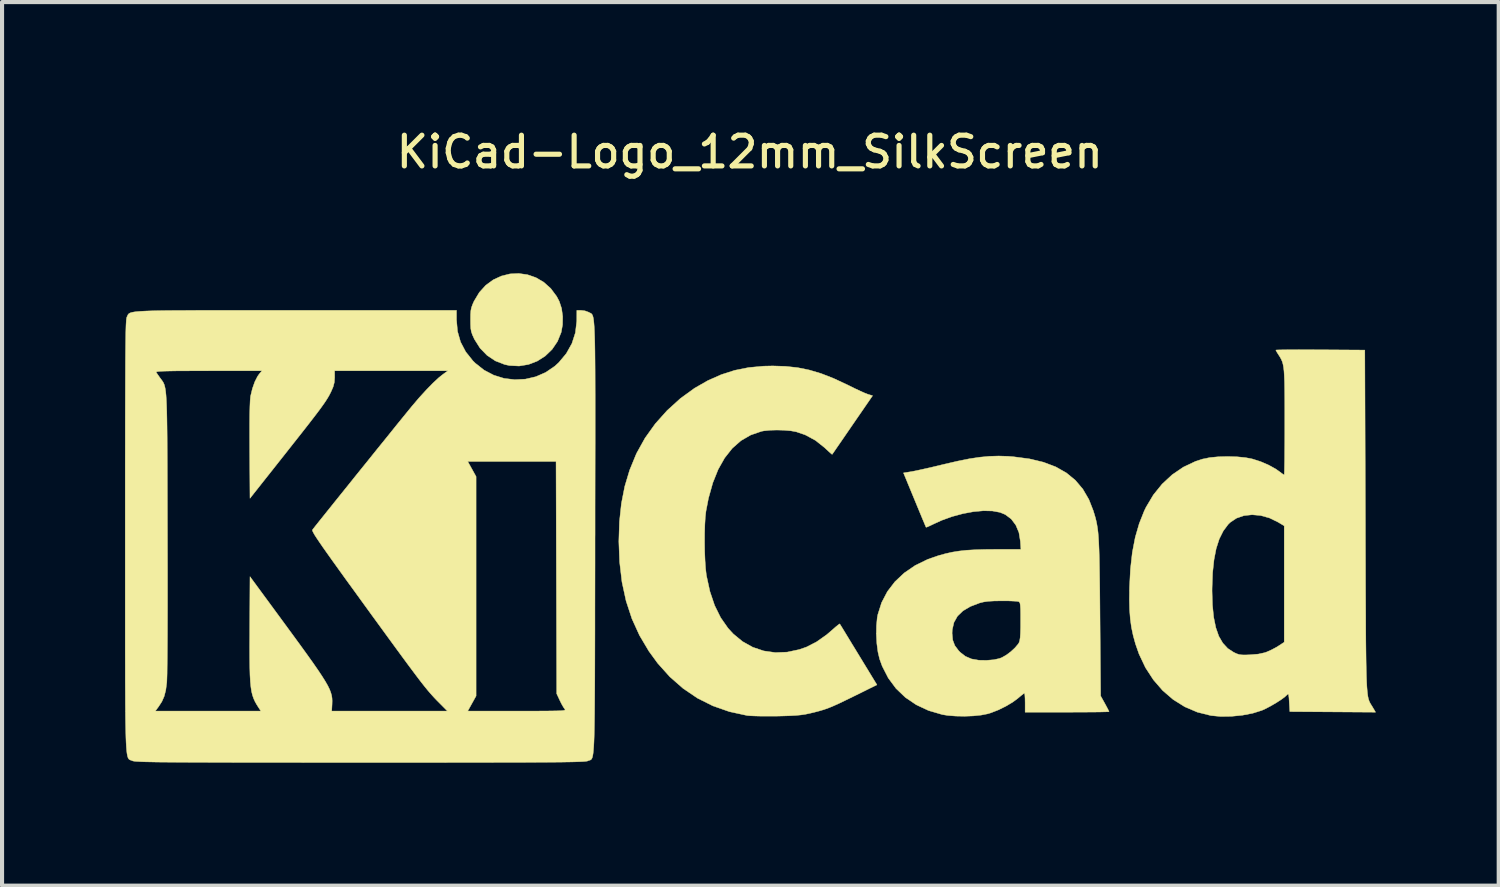
<source format=kicad_pcb>
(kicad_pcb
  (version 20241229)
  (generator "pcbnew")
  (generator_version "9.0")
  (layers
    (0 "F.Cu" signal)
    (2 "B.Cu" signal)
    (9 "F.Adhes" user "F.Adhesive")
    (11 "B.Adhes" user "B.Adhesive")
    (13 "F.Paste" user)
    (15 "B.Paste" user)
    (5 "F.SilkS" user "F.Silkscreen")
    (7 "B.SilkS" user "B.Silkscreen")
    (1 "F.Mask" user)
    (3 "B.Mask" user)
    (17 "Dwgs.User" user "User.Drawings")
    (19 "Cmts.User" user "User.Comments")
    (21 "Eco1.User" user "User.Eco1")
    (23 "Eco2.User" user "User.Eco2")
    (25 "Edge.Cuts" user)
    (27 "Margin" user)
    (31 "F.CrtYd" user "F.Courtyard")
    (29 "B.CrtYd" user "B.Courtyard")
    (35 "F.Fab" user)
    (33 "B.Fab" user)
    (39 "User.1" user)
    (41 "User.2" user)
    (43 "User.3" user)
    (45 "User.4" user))
  (footprint "KiCad-Logo_12mm_SilkScreen"
    (layer "F.Cu")
    (at 15.245 9.548)
    (property "Reference" "KiCad-Logo_12mm_SilkScreen" (at 0 -8.89 0) (layer "F.SilkS") (effects (font (size 0.75 0.75) (thickness 0.125))))
    (attr exclude_from_pos_files exclude_from_bom allow_missing_courtyard)
    (fp_poly (pts (xy -5.423 -5.895) (xy -5.218 -5.824) (xy -5.027 -5.712) (xy -4.856 -5.559) (xy -4.712 -5.366) (xy -4.648 -5.244) (xy -4.592 -5.073) (xy -4.565 -4.876) (xy -4.568 -4.674) (xy -4.601 -4.49) (xy -4.692 -4.266) (xy -4.824 -4.072) (xy -4.991 -3.911) (xy -5.185 -3.787) (xy -5.399 -3.705) (xy -5.628 -3.667) (xy -5.865 -3.679) (xy -5.981 -3.704) (xy -6.208 -3.792) (xy -6.41 -3.927) (xy -6.582 -4.104) (xy -6.718 -4.319) (xy -6.729 -4.343) (xy -6.769 -4.431) (xy -6.794 -4.505) (xy -6.808 -4.583) (xy -6.813 -4.684) (xy -6.814 -4.793) (xy -6.813 -4.925) (xy -6.806 -5.019) (xy -6.79 -5.096) (xy -6.762 -5.173) (xy -6.728 -5.249) (xy -6.599 -5.464) (xy -6.441 -5.638) (xy -6.259 -5.771) (xy -6.06 -5.863) (xy -5.85 -5.915) (xy -5.636 -5.925) (xy -5.423 -5.895)) (stroke (width 0.01) (type solid)) (fill yes) (layer "F.SilkS"))
    (fp_poly (pts (xy 0.875 -3.659) (xy 1.17 -3.627) (xy 1.455 -3.569) (xy 1.743 -3.483) (xy 2.045 -3.365) (xy 2.372 -3.213) (xy 2.431 -3.184) (xy 2.566 -3.117) (xy 2.694 -3.057) (xy 2.801 -3.009) (xy 2.876 -2.98) (xy 2.887 -2.976) (xy 2.997 -2.943) (xy 2.506 -2.23) (xy 2.386 -2.055) (xy 2.277 -1.896) (xy 2.181 -1.757) (xy 2.103 -1.644) (xy 2.047 -1.562) (xy 2.015 -1.517) (xy 2.01 -1.51) (xy 1.99 -1.525) (xy 1.939 -1.57) (xy 1.867 -1.636) (xy 1.827 -1.674) (xy 1.603 -1.852) (xy 1.351 -1.988) (xy 1.133 -2.062) (xy 1.003 -2.086) (xy 0.84 -2.1) (xy 0.663 -2.105) (xy 0.491 -2.1) (xy 0.345 -2.085) (xy 0.286 -2.074) (xy 0.022 -1.983) (xy -0.216 -1.845) (xy -0.427 -1.659) (xy -0.612 -1.425) (xy -0.771 -1.144) (xy -0.902 -0.817) (xy -1.007 -0.443) (xy -1.069 -0.123) (xy -1.085 0.018) (xy -1.096 0.201) (xy -1.102 0.412) (xy -1.103 0.637) (xy -1.1 0.865) (xy -1.091 1.081) (xy -1.078 1.273) (xy -1.06 1.428) (xy -1.056 1.452) (xy -0.972 1.836) (xy -0.857 2.176) (xy -0.71 2.473) (xy -0.531 2.729) (xy -0.404 2.868) (xy -0.176 3.056) (xy 0.073 3.195) (xy 0.341 3.285) (xy 0.623 3.325) (xy 0.913 3.314) (xy 1.209 3.251) (xy 1.384 3.19) (xy 1.626 3.066) (xy 1.876 2.89) (xy 2.016 2.77) (xy 2.094 2.701) (xy 2.156 2.651) (xy 2.191 2.626) (xy 2.195 2.625) (xy 2.211 2.65) (xy 2.252 2.716) (xy 2.314 2.818) (xy 2.394 2.949) (xy 2.488 3.104) (xy 2.594 3.277) (xy 2.653 3.374) (xy 3.103 4.112) (xy 2.541 4.39) (xy 2.338 4.489) (xy 2.174 4.568) (xy 2.038 4.629) (xy 1.921 4.677) (xy 1.812 4.716) (xy 1.701 4.749) (xy 1.579 4.781) (xy 1.461 4.809) (xy 1.357 4.831) (xy 1.248 4.847) (xy 1.123 4.859) (xy 0.972 4.867) (xy 0.783 4.873) (xy 0.655 4.876) (xy 0.474 4.877) (xy 0.3 4.877) (xy 0.144 4.873) (xy 0.02 4.868) (xy -0.063 4.861) (xy -0.068 4.86) (xy -0.497 4.767) (xy -0.9 4.626) (xy -1.276 4.438) (xy -1.626 4.201) (xy -1.95 3.917) (xy -2.247 3.586) (xy -2.462 3.291) (xy -2.691 2.905) (xy -2.876 2.498) (xy -3.018 2.066) (xy -3.118 1.605) (xy -3.176 1.113) (xy -3.195 0.614) (xy -3.18 0.131) (xy -3.132 -0.315) (xy -3.05 -0.731) (xy -2.932 -1.125) (xy -2.777 -1.503) (xy -2.759 -1.543) (xy -2.555 -1.91) (xy -2.305 -2.259) (xy -2.015 -2.583) (xy -1.693 -2.875) (xy -1.346 -3.127) (xy -1.022 -3.312) (xy -0.695 -3.457) (xy -0.368 -3.562) (xy -0.027 -3.63) (xy 0.34 -3.664) (xy 0.56 -3.669) (xy 0.875 -3.659)) (stroke (width 0.01) (type solid)) (fill yes) (layer "F.SilkS"))
    (fp_poly (pts (xy 13.611 -4.064) (xy 13.843 -4.063) (xy 13.922 -4.063) (xy 15.008 -4.056) (xy 15.022 0.109) (xy 15.023 0.674) (xy 15.025 1.187) (xy 15.026 1.65) (xy 15.028 2.067) (xy 15.03 2.44) (xy 15.031 2.772) (xy 15.033 3.064) (xy 15.036 3.321) (xy 15.039 3.544) (xy 15.043 3.737) (xy 15.047 3.901) (xy 15.052 4.04) (xy 15.058 4.157) (xy 15.066 4.253) (xy 15.074 4.331) (xy 15.083 4.395) (xy 15.094 4.447) (xy 15.107 4.489) (xy 15.12 4.524) (xy 15.136 4.555) (xy 15.153 4.585) (xy 15.172 4.615) (xy 15.193 4.649) (xy 15.198 4.657) (xy 15.27 4.78) (xy 14.224 4.773) (xy 13.178 4.766) (xy 13.164 4.536) (xy 13.157 4.426) (xy 13.149 4.362) (xy 13.139 4.337) (xy 13.123 4.342) (xy 13.11 4.356) (xy 13.052 4.41) (xy 12.959 4.478) (xy 12.842 4.553) (xy 12.715 4.627) (xy 12.592 4.692) (xy 12.498 4.735) (xy 12.276 4.805) (xy 12.022 4.854) (xy 11.754 4.881) (xy 11.491 4.885) (xy 11.252 4.862) (xy 11.248 4.861) (xy 10.92 4.779) (xy 10.614 4.648) (xy 10.331 4.471) (xy 10.075 4.251) (xy 9.849 3.99) (xy 9.655 3.692) (xy 9.498 3.36) (xy 9.412 3.114) (xy 9.355 2.907) (xy 9.313 2.708) (xy 9.285 2.503) (xy 9.268 2.28) (xy 9.262 2.027) (xy 9.265 1.821) (xy 11.28 1.821) (xy 11.29 2.167) (xy 11.32 2.464) (xy 11.372 2.717) (xy 11.445 2.926) (xy 11.543 3.094) (xy 11.664 3.225) (xy 11.805 3.317) (xy 11.878 3.352) (xy 11.941 3.373) (xy 12.011 3.382) (xy 12.106 3.383) (xy 12.208 3.379) (xy 12.409 3.362) (xy 12.568 3.327) (xy 12.618 3.309) (xy 12.732 3.258) (xy 12.852 3.194) (xy 12.905 3.161) (xy 13.041 3.072) (xy 13.041 0.233) (xy 12.891 0.143) (xy 12.682 0.041) (xy 12.468 -0.019) (xy 12.257 -0.038) (xy 12.057 -0.016) (xy 11.877 0.046) (xy 11.723 0.149) (xy 11.673 0.198) (xy 11.553 0.359) (xy 11.456 0.554) (xy 11.381 0.787) (xy 11.328 1.06) (xy 11.294 1.377) (xy 11.281 1.742) (xy 11.28 1.821) (xy 9.265 1.821) (xy 9.266 1.735) (xy 9.289 1.285) (xy 9.335 0.88) (xy 9.406 0.512) (xy 9.503 0.177) (xy 9.626 -0.132) (xy 9.67 -0.223) (xy 9.848 -0.522) (xy 10.062 -0.787) (xy 10.308 -1.015) (xy 10.581 -1.201) (xy 10.877 -1.341) (xy 11.053 -1.398) (xy 11.227 -1.433) (xy 11.436 -1.453) (xy 11.663 -1.459) (xy 11.89 -1.452) (xy 12.1 -1.431) (xy 12.268 -1.398) (xy 12.469 -1.333) (xy 12.663 -1.249) (xy 12.833 -1.155) (xy 12.924 -1.091) (xy 12.986 -1.044) (xy 13.03 -1.015) (xy 13.04 -1.011) (xy 13.043 -1.037) (xy 13.046 -1.113) (xy 13.048 -1.232) (xy 13.051 -1.391) (xy 13.052 -1.582) (xy 13.054 -1.801) (xy 13.055 -2.043) (xy 13.055 -2.29) (xy 13.055 -2.606) (xy 13.054 -2.872) (xy 13.052 -3.093) (xy 13.049 -3.276) (xy 13.043 -3.424) (xy 13.036 -3.543) (xy 13.025 -3.638) (xy 13.011 -3.713) (xy 12.993 -3.775) (xy 12.97 -3.828) (xy 12.943 -3.878) (xy 12.911 -3.929) (xy 12.907 -3.935) (xy 12.865 -4.001) (xy 12.84 -4.046) (xy 12.837 -4.056) (xy 12.863 -4.059) (xy 12.938 -4.061) (xy 13.056 -4.063) (xy 13.212 -4.064) (xy 13.399 -4.065) (xy 13.611 -4.064)) (stroke (width 0.01) (type solid)) (fill yes) (layer "F.SilkS"))
    (fp_poly (pts (xy 6.301 -1.464) (xy 6.436 -1.453) (xy 6.823 -1.402) (xy 7.166 -1.32) (xy 7.467 -1.206) (xy 7.726 -1.059) (xy 7.946 -0.878) (xy 8.128 -0.662) (xy 8.275 -0.41) (xy 8.382 -0.137) (xy 8.409 -0.049) (xy 8.433 0.032) (xy 8.453 0.113) (xy 8.47 0.196) (xy 8.485 0.288) (xy 8.498 0.391) (xy 8.508 0.511) (xy 8.516 0.651) (xy 8.523 0.817) (xy 8.529 1.012) (xy 8.533 1.242) (xy 8.537 1.509) (xy 8.541 1.82) (xy 8.544 2.178) (xy 8.546 2.458) (xy 8.562 4.384) (xy 8.665 4.569) (xy 8.713 4.658) (xy 8.749 4.727) (xy 8.766 4.764) (xy 8.767 4.767) (xy 8.741 4.77) (xy 8.666 4.772) (xy 8.548 4.775) (xy 8.394 4.777) (xy 8.209 4.778) (xy 7.999 4.779) (xy 7.77 4.78) (xy 7.743 4.78) (xy 6.719 4.78) (xy 6.719 4.547) (xy 6.717 4.443) (xy 6.712 4.362) (xy 6.706 4.319) (xy 6.703 4.315) (xy 6.676 4.332) (xy 6.62 4.376) (xy 6.547 4.437) (xy 6.546 4.439) (xy 6.413 4.537) (xy 6.246 4.636) (xy 6.063 4.726) (xy 5.883 4.796) (xy 5.804 4.82) (xy 5.646 4.851) (xy 5.452 4.871) (xy 5.241 4.879) (xy 5.029 4.875) (xy 4.834 4.86) (xy 4.698 4.838) (xy 4.363 4.74) (xy 4.063 4.6) (xy 3.797 4.42) (xy 3.569 4.202) (xy 3.38 3.947) (xy 3.232 3.658) (xy 3.168 3.482) (xy 3.128 3.312) (xy 3.101 3.107) (xy 3.089 2.886) (xy 3.089 2.854) (xy 4.937 2.854) (xy 4.952 3.018) (xy 5.003 3.154) (xy 5.097 3.28) (xy 5.133 3.317) (xy 5.262 3.417) (xy 5.411 3.481) (xy 5.589 3.512) (xy 5.777 3.515) (xy 5.955 3.5) (xy 6.091 3.47) (xy 6.15 3.448) (xy 6.257 3.387) (xy 6.37 3.303) (xy 6.473 3.207) (xy 6.55 3.116) (xy 6.571 3.082) (xy 6.586 3.035) (xy 6.598 2.96) (xy 6.605 2.851) (xy 6.609 2.699) (xy 6.609 2.554) (xy 6.609 2.386) (xy 6.607 2.264) (xy 6.602 2.181) (xy 6.595 2.128) (xy 6.583 2.099) (xy 6.567 2.084) (xy 6.562 2.082) (xy 6.518 2.074) (xy 6.431 2.069) (xy 6.312 2.064) (xy 6.175 2.063) (xy 6.145 2.063) (xy 5.961 2.066) (xy 5.819 2.074) (xy 5.707 2.09) (xy 5.613 2.113) (xy 5.382 2.201) (xy 5.201 2.308) (xy 5.068 2.437) (xy 4.982 2.59) (xy 4.941 2.768) (xy 4.937 2.854) (xy 3.089 2.854) (xy 3.092 2.67) (xy 3.11 2.476) (xy 3.125 2.397) (xy 3.217 2.106) (xy 3.357 1.838) (xy 3.542 1.596) (xy 3.77 1.382) (xy 4.037 1.199) (xy 4.343 1.05) (xy 4.602 0.96) (xy 4.775 0.912) (xy 4.941 0.875) (xy 5.11 0.848) (xy 5.293 0.828) (xy 5.501 0.816) (xy 5.744 0.809) (xy 5.964 0.807) (xy 6.616 0.806) (xy 6.603 0.61) (xy 6.568 0.397) (xy 6.492 0.215) (xy 6.38 0.066) (xy 6.234 -0.043) (xy 6.106 -0.096) (xy 5.922 -0.13) (xy 5.703 -0.135) (xy 5.46 -0.113) (xy 5.202 -0.065) (xy 4.939 0.006) (xy 4.683 0.098) (xy 4.497 0.183) (xy 4.407 0.226) (xy 4.339 0.257) (xy 4.304 0.268) (xy 4.302 0.268) (xy 4.29 0.242) (xy 4.26 0.171) (xy 4.215 0.064) (xy 4.158 -0.074) (xy 4.091 -0.235) (xy 4.023 -0.4) (xy 3.751 -1.059) (xy 3.944 -1.09) (xy 4.028 -1.106) (xy 4.154 -1.133) (xy 4.312 -1.168) (xy 4.49 -1.209) (xy 4.677 -1.254) (xy 4.752 -1.272) (xy 5.076 -1.347) (xy 5.359 -1.404) (xy 5.613 -1.442) (xy 5.847 -1.464) (xy 6.073 -1.471) (xy 6.301 -1.464)) (stroke (width 0.01) (type solid)) (fill yes) (layer "F.SilkS"))
    (fp_poly (pts (xy -11.847 -5.025) (xy -11.321 -5.025) (xy -11.076 -5.025) (xy -7.156 -5.025) (xy -7.156 -4.794) (xy -7.131 -4.513) (xy -7.057 -4.254) (xy -6.932 -4.015) (xy -6.756 -3.794) (xy -6.696 -3.735) (xy -6.482 -3.566) (xy -6.246 -3.443) (xy -5.995 -3.365) (xy -5.735 -3.334) (xy -5.475 -3.347) (xy -5.221 -3.406) (xy -4.98 -3.511) (xy -4.76 -3.661) (xy -4.661 -3.751) (xy -4.476 -3.973) (xy -4.34 -4.216) (xy -4.255 -4.479) (xy -4.222 -4.759) (xy -4.221 -4.786) (xy -4.22 -5.025) (xy -4.115 -5.025) (xy -4.021 -5.013) (xy -3.936 -4.982) (xy -3.931 -4.979) (xy -3.912 -4.969) (xy -3.894 -4.961) (xy -3.878 -4.953) (xy -3.863 -4.943) (xy -3.85 -4.928) (xy -3.838 -4.907) (xy -3.827 -4.876) (xy -3.817 -4.834) (xy -3.809 -4.778) (xy -3.802 -4.707) (xy -3.795 -4.617) (xy -3.79 -4.507) (xy -3.785 -4.374) (xy -3.781 -4.216) (xy -3.778 -4.031) (xy -3.776 -3.817) (xy -3.774 -3.571) (xy -3.773 -3.29) (xy -3.772 -2.974) (xy -3.772 -2.619) (xy -3.772 -2.223) (xy -3.772 -1.784) (xy -3.773 -1.3) (xy -3.774 -0.769) (xy -3.775 -0.187) (xy -3.775 0.446) (xy -3.776 0.524) (xy -3.776 1.161) (xy -3.777 1.747) (xy -3.778 2.282) (xy -3.778 2.769) (xy -3.779 3.211) (xy -3.78 3.609) (xy -3.781 3.967) (xy -3.783 4.285) (xy -3.785 4.568) (xy -3.787 4.815) (xy -3.79 5.031) (xy -3.793 5.217) (xy -3.797 5.376) (xy -3.802 5.509) (xy -3.808 5.62) (xy -3.815 5.709) (xy -3.822 5.781) (xy -3.831 5.836) (xy -3.84 5.877) (xy -3.851 5.906) (xy -3.863 5.926) (xy -3.877 5.939) (xy -3.892 5.948) (xy -3.908 5.953) (xy -3.926 5.958) (xy -3.946 5.965) (xy -3.95 5.968) (xy -3.965 5.973) (xy -3.991 5.977) (xy -4.028 5.981) (xy -4.08 5.985) (xy -4.148 5.988) (xy -4.236 5.991) (xy -4.344 5.994) (xy -4.476 5.996) (xy -4.633 5.999) (xy -4.818 6) (xy -5.033 6.002) (xy -5.28 6.003) (xy -5.561 6.005) (xy -5.878 6.006) (xy -6.234 6.006) (xy -6.631 6.007) (xy -7.071 6.007) (xy -7.556 6.008) (xy -8.088 6.008) (xy -8.67 6.008) (xy -9.303 6.008) (xy -9.509 6.008) (xy -10.156 6.008) (xy -10.752 6.008) (xy -11.297 6.007) (xy -11.794 6.007) (xy -12.245 6.007) (xy -12.653 6.006) (xy -13.02 6.005) (xy -13.347 6.004) (xy -13.638 6.003) (xy -13.894 6.002) (xy -14.117 6) (xy -14.31 5.999) (xy -14.476 5.997) (xy -14.615 5.994) (xy -14.731 5.992) (xy -14.826 5.989) (xy -14.901 5.985) (xy -14.96 5.982) (xy -15.003 5.978) (xy -15.035 5.974) (xy -15.056 5.969) (xy -15.067 5.965) (xy -15.088 5.956) (xy -15.107 5.95) (xy -15.124 5.943) (xy -15.139 5.935) (xy -15.154 5.921) (xy -15.166 5.902) (xy -15.178 5.873) (xy -15.188 5.832) (xy -15.197 5.779) (xy -15.205 5.709) (xy -15.212 5.622) (xy -15.218 5.514) (xy -15.223 5.383) (xy -15.227 5.228) (xy -15.231 5.045) (xy -15.234 4.834) (xy -15.234 4.752) (xy -14.505 4.752) (xy -11.929 4.752) (xy -11.979 4.677) (xy -12.028 4.6) (xy -12.07 4.526) (xy -12.104 4.452) (xy -12.133 4.37) (xy -12.156 4.277) (xy -12.173 4.166) (xy -12.186 4.034) (xy -12.195 3.875) (xy -12.2 3.683) (xy -12.203 3.454) (xy -12.204 3.182) (xy -12.202 2.863) (xy -12.202 2.744) (xy -12.195 1.472) (xy -11.389 2.569) (xy -11.161 2.88) (xy -10.963 3.151) (xy -10.794 3.385) (xy -10.65 3.587) (xy -10.531 3.759) (xy -10.434 3.905) (xy -10.357 4.028) (xy -10.297 4.133) (xy -10.253 4.223) (xy -10.223 4.302) (xy -10.203 4.372) (xy -10.193 4.439) (xy -10.19 4.504) (xy -10.192 4.573) (xy -10.192 4.581) (xy -10.201 4.752) (xy -8.789 4.752) (xy -7.378 4.752) (xy -7.588 4.54) (xy -7.645 4.483) (xy -7.699 4.426) (xy -7.752 4.368) (xy -7.807 4.306) (xy -7.867 4.235) (xy -7.933 4.154) (xy -8.008 4.059) (xy -8.094 3.947) (xy -8.194 3.814) (xy -8.31 3.659) (xy -8.445 3.476) (xy -8.6 3.265) (xy -8.779 3.02) (xy -8.983 2.74) (xy -9.215 2.422) (xy -9.405 2.16) (xy -9.643 1.831) (xy -9.852 1.544) (xy -10.031 1.295) (xy -10.184 1.082) (xy -10.312 0.902) (xy -10.417 0.753) (xy -10.501 0.631) (xy -10.566 0.534) (xy -10.614 0.46) (xy -10.646 0.404) (xy -10.665 0.366) (xy -10.673 0.342) (xy -10.67 0.329) (xy -10.644 0.295) (xy -10.587 0.222) (xy -10.502 0.116) (xy -10.393 -0.02) (xy -10.264 -0.181) (xy -10.118 -0.363) (xy -9.958 -0.562) (xy -9.788 -0.773) (xy -9.612 -0.993) (xy -9.432 -1.216) (xy -9.333 -1.338) (xy -6.882 -1.338) (xy -6.678 -0.97) (xy -6.678 4.384) (xy -6.882 4.752) (xy -5.676 4.752) (xy -5.388 4.752) (xy -5.151 4.752) (xy -4.958 4.751) (xy -4.807 4.749) (xy -4.693 4.747) (xy -4.61 4.744) (xy -4.554 4.739) (xy -4.521 4.733) (xy -4.507 4.725) (xy -4.506 4.715) (xy -4.515 4.704) (xy -4.515 4.704) (xy -4.549 4.654) (xy -4.595 4.573) (xy -4.635 4.492) (xy -4.711 4.329) (xy -4.719 1.495) (xy -4.727 -1.338) (xy -6.882 -1.338) (xy -9.333 -1.338) (xy -9.253 -1.438) (xy -9.078 -1.656) (xy -8.909 -1.864) (xy -8.752 -2.059) (xy -8.609 -2.237) (xy -8.483 -2.392) (xy -8.378 -2.521) (xy -8.298 -2.619) (xy -8.251 -2.677) (xy -8.069 -2.891) (xy -7.893 -3.084) (xy -7.731 -3.25) (xy -7.588 -3.383) (xy -7.486 -3.464) (xy -7.366 -3.551) (xy -10.13 -3.551) (xy -10.129 -3.388) (xy -10.137 -3.269) (xy -10.166 -3.159) (xy -10.211 -3.054) (xy -10.24 -2.995) (xy -10.271 -2.936) (xy -10.308 -2.874) (xy -10.352 -2.805) (xy -10.408 -2.724) (xy -10.476 -2.629) (xy -10.562 -2.514) (xy -10.667 -2.377) (xy -10.794 -2.213) (xy -10.946 -2.019) (xy -11.127 -1.79) (xy -11.338 -1.522) (xy -11.362 -1.492) (xy -12.195 -0.439) (xy -12.203 -1.605) (xy -12.204 -1.955) (xy -12.204 -2.251) (xy -12.202 -2.494) (xy -12.197 -2.686) (xy -12.191 -2.826) (xy -12.183 -2.917) (xy -12.18 -2.935) (xy -12.136 -3.117) (xy -12.078 -3.281) (xy -12.011 -3.413) (xy -11.972 -3.469) (xy -11.903 -3.551) (xy -13.204 -3.551) (xy -13.515 -3.55) (xy -13.774 -3.549) (xy -13.987 -3.548) (xy -14.156 -3.545) (xy -14.286 -3.542) (xy -14.38 -3.538) (xy -14.442 -3.533) (xy -14.476 -3.526) (xy -14.486 -3.518) (xy -14.485 -3.516) (xy -14.458 -3.475) (xy -14.412 -3.409) (xy -14.388 -3.375) (xy -14.363 -3.342) (xy -14.341 -3.312) (xy -14.321 -3.283) (xy -14.304 -3.252) (xy -14.288 -3.215) (xy -14.275 -3.17) (xy -14.263 -3.114) (xy -14.253 -3.043) (xy -14.244 -2.956) (xy -14.237 -2.849) (xy -14.231 -2.719) (xy -14.226 -2.563) (xy -14.222 -2.379) (xy -14.219 -2.162) (xy -14.216 -1.912) (xy -14.215 -1.623) (xy -14.213 -1.295) (xy -14.212 -0.922) (xy -14.211 -0.504) (xy -14.21 -0.036) (xy -14.209 0.393) (xy -14.208 0.872) (xy -14.207 1.329) (xy -14.207 1.761) (xy -14.207 2.166) (xy -14.208 2.539) (xy -14.209 2.879) (xy -14.211 3.182) (xy -14.213 3.446) (xy -14.216 3.668) (xy -14.218 3.844) (xy -14.222 3.971) (xy -14.225 4.048) (xy -14.226 4.056) (xy -14.25 4.242) (xy -14.288 4.391) (xy -14.345 4.521) (xy -14.428 4.649) (xy -14.439 4.663) (xy -14.505 4.752) (xy -15.234 4.752) (xy -15.236 4.59) (xy -15.237 4.313) (xy -15.239 3.999) (xy -15.239 3.648) (xy -15.24 3.255) (xy -15.24 2.82) (xy -15.24 2.339) (xy -15.24 1.811) (xy -15.24 1.234) (xy -15.24 0.604) (xy -15.24 0.479) (xy -15.24 -0.157) (xy -15.24 -0.741) (xy -15.24 -1.274) (xy -15.239 -1.76) (xy -15.239 -2.2) (xy -15.238 -2.597) (xy -15.237 -2.952) (xy -15.236 -3.269) (xy -15.235 -3.549) (xy -15.234 -3.794) (xy -15.232 -4.008) (xy -15.23 -4.191) (xy -15.228 -4.346) (xy -15.226 -4.477) (xy -15.223 -4.583) (xy -15.22 -4.669) (xy -15.216 -4.736) (xy -15.213 -4.787) (xy -15.208 -4.823) (xy -15.204 -4.848) (xy -15.199 -4.862) (xy -15.199 -4.862) (xy -15.188 -4.885) (xy -15.18 -4.905) (xy -15.17 -4.923) (xy -15.157 -4.939) (xy -15.138 -4.953) (xy -15.11 -4.966) (xy -15.071 -4.977) (xy -15.017 -4.987) (xy -14.947 -4.995) (xy -14.858 -5.002) (xy -14.746 -5.008) (xy -14.61 -5.013) (xy -14.447 -5.017) (xy -14.254 -5.02) (xy -14.029 -5.022) (xy -13.768 -5.023) (xy -13.47 -5.025) (xy -13.131 -5.025) (xy -12.75 -5.025) (xy -12.323 -5.026) (xy -11.847 -5.025)) (stroke (width 0.01) (type solid)) (fill yes) (layer "F.SilkS")))
  (gr_rect
    (start -3 -3)
    (end 33.52 18.561)
    (stroke (width 0.1) (type default))
    (fill no)
    (layer "Edge.Cuts")))
</source>
